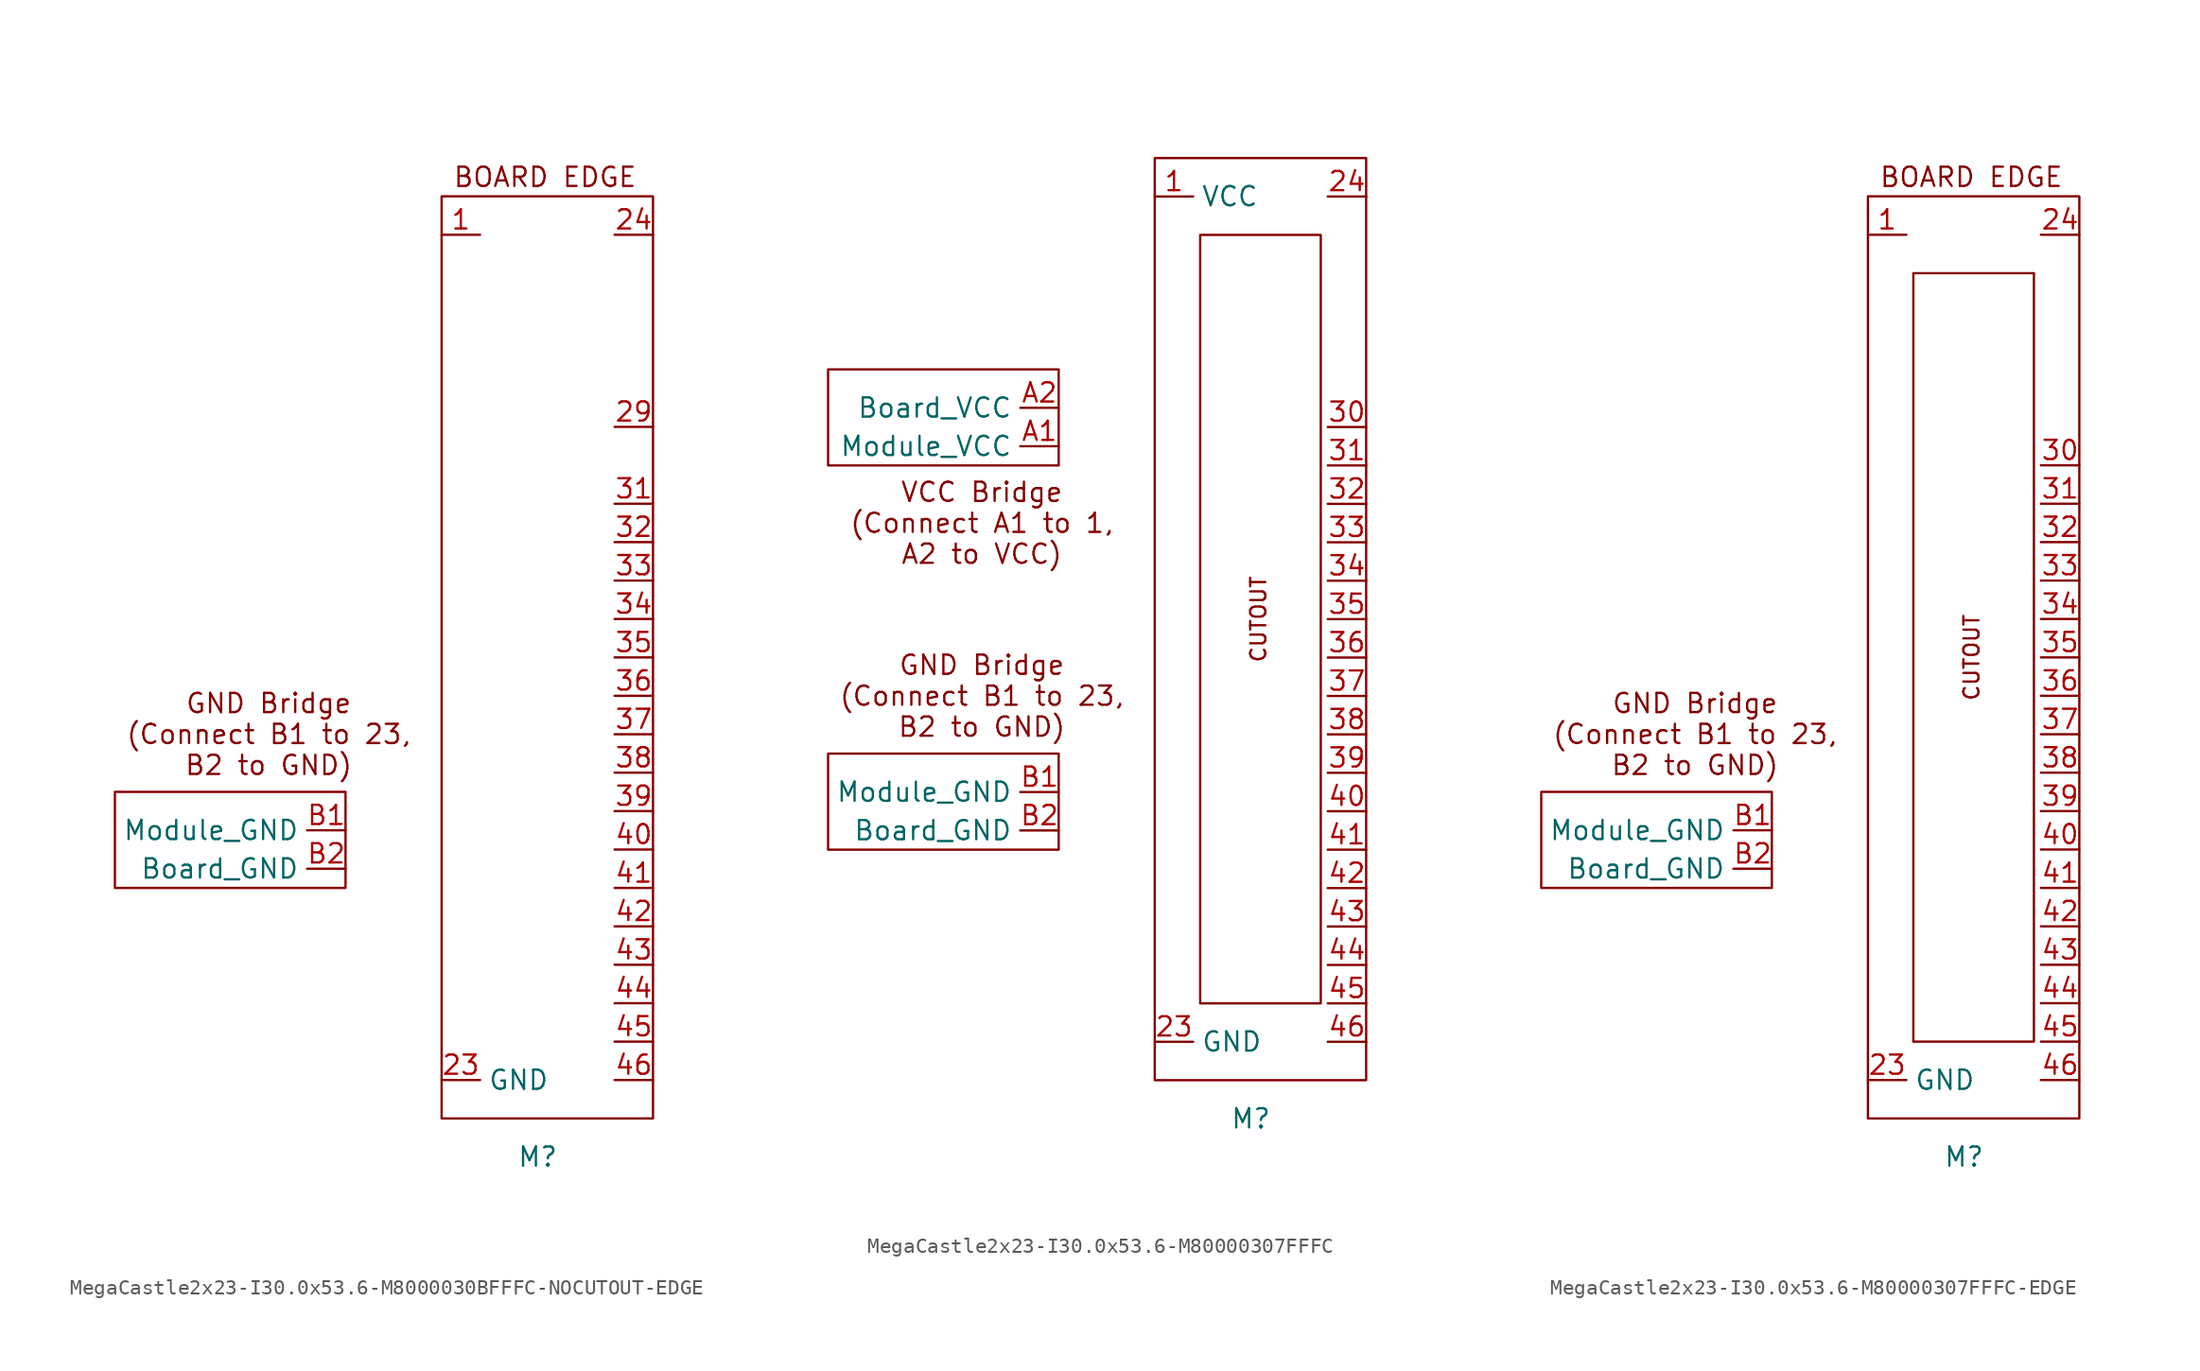
<source format=kicad_sym>
(kicad_symbol_lib
  (version 20241209)
  (generator "kicad_symbol_editor")
  (generator_version "9.0")
  (symbol "MegaCastle2x23-I30.0x53.6-M8000030BFFFC-NOCUTOUT-EDGE"
    (property "Reference" "M"
      (at 0 -33.02 0)
      (effects (font (size 1.27 1.27))))
    (property "Value" ""
      (at 0 5.08 0)
      (effects (font (size 1.27 1.27))))
    (symbol "MegaCastle2x23-I30.0x53.6-M8000030BFFFC-NOCUTOUT-EDGE_0_1"
      (rectangle (start -27.94 -8.89) (end -12.7 -15.24) (stroke (width 0) (type default)) (fill (type none)))
      (rectangle (start -6.35 30.48) (end 7.62 -30.48) (stroke (width 0) (type default)) (fill (type none))))
    (symbol "MegaCastle2x23-I30.0x53.6-M8000030BFFFC-NOCUTOUT-EDGE_1_1"
      (text "GND Bridge\n(Connect B1 to 23,\nB2 to GND)" (at -17.78 -5.08 0) (effects (font (size 1.27 1.27))))
      (text " BOARD EDGE" (at 0 31.75 0) (effects (font (size 1.27 1.27))))
      (pin bidirectional line (at -12.7 -11.43 180) (length 2.54) (name "Module_GND" (effects (font (size 1.27 1.27)))) (number "B1" (effects (font (size 1.27 1.27)))))
      (pin bidirectional line (at -12.7 -13.97 180) (length 2.54) (name "Board_GND" (effects (font (size 1.27 1.27)))) (number "B2" (effects (font (size 1.27 1.27)))))
      (pin bidirectional line (at -6.35 27.94 0) (length 2.54) (name "" (effects (font (size 1.27 1.27)))) (number "1" (effects (font (size 1.27 1.27)))))
      (pin bidirectional line (at -6.35 -27.94 0) (length 2.54) (name "GND" (effects (font (size 1.27 1.27)))) (number "23" (effects (font (size 1.27 1.27)))))
      (pin bidirectional line (at 7.62 27.94 180) (length 2.54) (name "" (effects (font (size 1.27 1.27)))) (number "24" (effects (font (size 1.27 1.27)))))
      (pin bidirectional line (at 7.62 15.24 180) (length 2.54) (name "" (effects (font (size 1.27 1.27)))) (number "29" (effects (font (size 1.27 1.27)))))
      (pin bidirectional line (at 7.62 10.16 180) (length 2.54) (name "" (effects (font (size 1.27 1.27)))) (number "31" (effects (font (size 1.27 1.27)))))
      (pin bidirectional line (at 7.62 7.62 180) (length 2.54) (name "" (effects (font (size 1.27 1.27)))) (number "32" (effects (font (size 1.27 1.27)))))
      (pin bidirectional line (at 7.62 5.08 180) (length 2.54) (name "" (effects (font (size 1.27 1.27)))) (number "33" (effects (font (size 1.27 1.27)))))
      (pin bidirectional line (at 7.62 2.54 180) (length 2.54) (name "" (effects (font (size 1.27 1.27)))) (number "34" (effects (font (size 1.27 1.27)))))
      (pin bidirectional line (at 7.62 0 180) (length 2.54) (name "" (effects (font (size 1.27 1.27)))) (number "35" (effects (font (size 1.27 1.27)))))
      (pin bidirectional line (at 7.62 -2.54 180) (length 2.54) (name "" (effects (font (size 1.27 1.27)))) (number "36" (effects (font (size 1.27 1.27)))))
      (pin bidirectional line (at 7.62 -5.08 180) (length 2.54) (name "" (effects (font (size 1.27 1.27)))) (number "37" (effects (font (size 1.27 1.27)))))
      (pin bidirectional line (at 7.62 -7.62 180) (length 2.54) (name "" (effects (font (size 1.27 1.27)))) (number "38" (effects (font (size 1.27 1.27)))))
      (pin bidirectional line (at 7.62 -10.16 180) (length 2.54) (name "" (effects (font (size 1.27 1.27)))) (number "39" (effects (font (size 1.27 1.27)))))
      (pin bidirectional line (at 7.62 -12.7 180) (length 2.54) (name "" (effects (font (size 1.27 1.27)))) (number "40" (effects (font (size 1.27 1.27)))))
      (pin bidirectional line (at 7.62 -15.24 180) (length 2.54) (name "" (effects (font (size 1.27 1.27)))) (number "41" (effects (font (size 1.27 1.27)))))
      (pin bidirectional line (at 7.62 -17.78 180) (length 2.54) (name "" (effects (font (size 1.27 1.27)))) (number "42" (effects (font (size 1.27 1.27)))))
      (pin bidirectional line (at 7.62 -20.32 180) (length 2.54) (name "" (effects (font (size 1.27 1.27)))) (number "43" (effects (font (size 1.27 1.27)))))
      (pin bidirectional line (at 7.62 -22.86 180) (length 2.54) (name "" (effects (font (size 1.27 1.27)))) (number "44" (effects (font (size 1.27 1.27)))))
      (pin bidirectional line (at 7.62 -25.4 180) (length 2.54) (name "" (effects (font (size 1.27 1.27)))) (number "45" (effects (font (size 1.27 1.27)))))
      (pin bidirectional line (at 7.62 -27.94 180) (length 2.54) (name "" (effects (font (size 1.27 1.27)))) (number "46" (effects (font (size 1.27 1.27)))))))
  (symbol "MegaCastle2x23-I30.0x53.6-M80000307FFFC"
    (property "Reference" "M"
      (at 0 -33.02 0)
      (effects (font (size 1.27 1.27))))
    (property "Value" ""
      (at 0 5.08 0)
      (effects (font (size 1.27 1.27))))
    (symbol "MegaCastle2x23-I30.0x53.6-M80000307FFFC_0_1"
      (rectangle (start -27.94 16.51) (end -12.7 10.16) (stroke (width 0) (type default)) (fill (type none)))
      (rectangle (start -27.94 -8.89) (end -12.7 -15.24) (stroke (width 0) (type default)) (fill (type none)))
      (rectangle (start -6.35 30.48) (end 7.62 -30.48) (stroke (width 0) (type default)) (fill (type none)))
      (rectangle (start -3.35 25.4) (end 4.62 -25.4) (stroke (width 0) (type default)) (fill (type none))))
    (symbol "MegaCastle2x23-I30.0x53.6-M80000307FFFC_1_1"
      (text "VCC Bridge\n(Connect A1 to 1,\nA2 to VCC)" (at -17.78 6.35 0) (effects (font (size 1.27 1.27))))
      (text "GND Bridge\n(Connect B1 to 23,\nB2 to GND)" (at -17.78 -5.08 0) (effects (font (size 1.27 1.27))))
      (text "CUTOUT" (at 0.5 0 900) (effects (font (size 1 1))))
      (pin bidirectional line (at -12.7 13.97 180) (length 2.54) (name "Board_VCC" (effects (font (size 1.27 1.27)))) (number "A2" (effects (font (size 1.27 1.27)))))
      (pin bidirectional line (at -12.7 11.43 180) (length 2.54) (name "Module_VCC" (effects (font (size 1.27 1.27)))) (number "A1" (effects (font (size 1.27 1.27)))))
      (pin bidirectional line (at -12.7 -11.43 180) (length 2.54) (name "Module_GND" (effects (font (size 1.27 1.27)))) (number "B1" (effects (font (size 1.27 1.27)))))
      (pin bidirectional line (at -12.7 -13.97 180) (length 2.54) (name "Board_GND" (effects (font (size 1.27 1.27)))) (number "B2" (effects (font (size 1.27 1.27)))))
      (pin bidirectional line (at -6.35 27.94 0) (length 2.54) (name "VCC" (effects (font (size 1.27 1.27)))) (number "1" (effects (font (size 1.27 1.27)))))
      (pin bidirectional line (at -6.35 -27.94 0) (length 2.54) (name "GND" (effects (font (size 1.27 1.27)))) (number "23" (effects (font (size 1.27 1.27)))))
      (pin bidirectional line (at 7.62 27.94 180) (length 2.54) (name "" (effects (font (size 1.27 1.27)))) (number "24" (effects (font (size 1.27 1.27)))))
      (pin bidirectional line (at 7.62 12.7 180) (length 2.54) (name "" (effects (font (size 1.27 1.27)))) (number "30" (effects (font (size 1.27 1.27)))))
      (pin bidirectional line (at 7.62 10.16 180) (length 2.54) (name "" (effects (font (size 1.27 1.27)))) (number "31" (effects (font (size 1.27 1.27)))))
      (pin bidirectional line (at 7.62 7.62 180) (length 2.54) (name "" (effects (font (size 1.27 1.27)))) (number "32" (effects (font (size 1.27 1.27)))))
      (pin bidirectional line (at 7.62 5.08 180) (length 2.54) (name "" (effects (font (size 1.27 1.27)))) (number "33" (effects (font (size 1.27 1.27)))))
      (pin bidirectional line (at 7.62 2.54 180) (length 2.54) (name "" (effects (font (size 1.27 1.27)))) (number "34" (effects (font (size 1.27 1.27)))))
      (pin bidirectional line (at 7.62 0 180) (length 2.54) (name "" (effects (font (size 1.27 1.27)))) (number "35" (effects (font (size 1.27 1.27)))))
      (pin bidirectional line (at 7.62 -2.54 180) (length 2.54) (name "" (effects (font (size 1.27 1.27)))) (number "36" (effects (font (size 1.27 1.27)))))
      (pin bidirectional line (at 7.62 -5.08 180) (length 2.54) (name "" (effects (font (size 1.27 1.27)))) (number "37" (effects (font (size 1.27 1.27)))))
      (pin bidirectional line (at 7.62 -7.62 180) (length 2.54) (name "" (effects (font (size 1.27 1.27)))) (number "38" (effects (font (size 1.27 1.27)))))
      (pin bidirectional line (at 7.62 -10.16 180) (length 2.54) (name "" (effects (font (size 1.27 1.27)))) (number "39" (effects (font (size 1.27 1.27)))))
      (pin bidirectional line (at 7.62 -12.7 180) (length 2.54) (name "" (effects (font (size 1.27 1.27)))) (number "40" (effects (font (size 1.27 1.27)))))
      (pin bidirectional line (at 7.62 -15.24 180) (length 2.54) (name "" (effects (font (size 1.27 1.27)))) (number "41" (effects (font (size 1.27 1.27)))))
      (pin bidirectional line (at 7.62 -17.78 180) (length 2.54) (name "" (effects (font (size 1.27 1.27)))) (number "42" (effects (font (size 1.27 1.27)))))
      (pin bidirectional line (at 7.62 -20.32 180) (length 2.54) (name "" (effects (font (size 1.27 1.27)))) (number "43" (effects (font (size 1.27 1.27)))))
      (pin bidirectional line (at 7.62 -22.86 180) (length 2.54) (name "" (effects (font (size 1.27 1.27)))) (number "44" (effects (font (size 1.27 1.27)))))
      (pin bidirectional line (at 7.62 -25.4 180) (length 2.54) (name "" (effects (font (size 1.27 1.27)))) (number "45" (effects (font (size 1.27 1.27)))))
      (pin bidirectional line (at 7.62 -27.94 180) (length 2.54) (name "" (effects (font (size 1.27 1.27)))) (number "46" (effects (font (size 1.27 1.27)))))))
  (symbol "MegaCastle2x23-I30.0x53.6-M80000307FFFC-EDGE"
    (property "Reference" "M"
      (at 0 -33.02 0)
      (effects (font (size 1.27 1.27))))
    (property "Value" ""
      (at 0 5.08 0)
      (effects (font (size 1.27 1.27))))
    (symbol "MegaCastle2x23-I30.0x53.6-M80000307FFFC-EDGE_0_1"
      (rectangle (start -27.94 -8.89) (end -12.7 -15.24) (stroke (width 0) (type default)) (fill (type none)))
      (rectangle (start -6.35 30.48) (end 7.62 -30.48) (stroke (width 0) (type default)) (fill (type none)))
      (rectangle (start -3.35 25.4) (end 4.62 -25.4) (stroke (width 0) (type default)) (fill (type none))))
    (symbol "MegaCastle2x23-I30.0x53.6-M80000307FFFC-EDGE_1_1"
      (text "GND Bridge\n(Connect B1 to 23,\nB2 to GND)" (at -17.78 -5.08 0) (effects (font (size 1.27 1.27))))
      (text " BOARD EDGE" (at 0 31.75 0) (effects (font (size 1.27 1.27))))
      (text "CUTOUT" (at 0.5 0 900) (effects (font (size 1 1))))
      (pin bidirectional line (at -12.7 -11.43 180) (length 2.54) (name "Module_GND" (effects (font (size 1.27 1.27)))) (number "B1" (effects (font (size 1.27 1.27)))))
      (pin bidirectional line (at -12.7 -13.97 180) (length 2.54) (name "Board_GND" (effects (font (size 1.27 1.27)))) (number "B2" (effects (font (size 1.27 1.27)))))
      (pin bidirectional line (at -6.35 27.94 0) (length 2.54) (name "" (effects (font (size 1.27 1.27)))) (number "1" (effects (font (size 1.27 1.27)))))
      (pin bidirectional line (at -6.35 -27.94 0) (length 2.54) (name "GND" (effects (font (size 1.27 1.27)))) (number "23" (effects (font (size 1.27 1.27)))))
      (pin bidirectional line (at 7.62 27.94 180) (length 2.54) (name "" (effects (font (size 1.27 1.27)))) (number "24" (effects (font (size 1.27 1.27)))))
      (pin bidirectional line (at 7.62 12.7 180) (length 2.54) (name "" (effects (font (size 1.27 1.27)))) (number "30" (effects (font (size 1.27 1.27)))))
      (pin bidirectional line (at 7.62 10.16 180) (length 2.54) (name "" (effects (font (size 1.27 1.27)))) (number "31" (effects (font (size 1.27 1.27)))))
      (pin bidirectional line (at 7.62 7.62 180) (length 2.54) (name "" (effects (font (size 1.27 1.27)))) (number "32" (effects (font (size 1.27 1.27)))))
      (pin bidirectional line (at 7.62 5.08 180) (length 2.54) (name "" (effects (font (size 1.27 1.27)))) (number "33" (effects (font (size 1.27 1.27)))))
      (pin bidirectional line (at 7.62 2.54 180) (length 2.54) (name "" (effects (font (size 1.27 1.27)))) (number "34" (effects (font (size 1.27 1.27)))))
      (pin bidirectional line (at 7.62 0 180) (length 2.54) (name "" (effects (font (size 1.27 1.27)))) (number "35" (effects (font (size 1.27 1.27)))))
      (pin bidirectional line (at 7.62 -2.54 180) (length 2.54) (name "" (effects (font (size 1.27 1.27)))) (number "36" (effects (font (size 1.27 1.27)))))
      (pin bidirectional line (at 7.62 -5.08 180) (length 2.54) (name "" (effects (font (size 1.27 1.27)))) (number "37" (effects (font (size 1.27 1.27)))))
      (pin bidirectional line (at 7.62 -7.62 180) (length 2.54) (name "" (effects (font (size 1.27 1.27)))) (number "38" (effects (font (size 1.27 1.27)))))
      (pin bidirectional line (at 7.62 -10.16 180) (length 2.54) (name "" (effects (font (size 1.27 1.27)))) (number "39" (effects (font (size 1.27 1.27)))))
      (pin bidirectional line (at 7.62 -12.7 180) (length 2.54) (name "" (effects (font (size 1.27 1.27)))) (number "40" (effects (font (size 1.27 1.27)))))
      (pin bidirectional line (at 7.62 -15.24 180) (length 2.54) (name "" (effects (font (size 1.27 1.27)))) (number "41" (effects (font (size 1.27 1.27)))))
      (pin bidirectional line (at 7.62 -17.78 180) (length 2.54) (name "" (effects (font (size 1.27 1.27)))) (number "42" (effects (font (size 1.27 1.27)))))
      (pin bidirectional line (at 7.62 -20.32 180) (length 2.54) (name "" (effects (font (size 1.27 1.27)))) (number "43" (effects (font (size 1.27 1.27)))))
      (pin bidirectional line (at 7.62 -22.86 180) (length 2.54) (name "" (effects (font (size 1.27 1.27)))) (number "44" (effects (font (size 1.27 1.27)))))
      (pin bidirectional line (at 7.62 -25.4 180) (length 2.54) (name "" (effects (font (size 1.27 1.27)))) (number "45" (effects (font (size 1.27 1.27)))))
      (pin bidirectional line (at 7.62 -27.94 180) (length 2.54) (name "" (effects (font (size 1.27 1.27)))) (number "46" (effects (font (size 1.27 1.27))))))))
</source>
